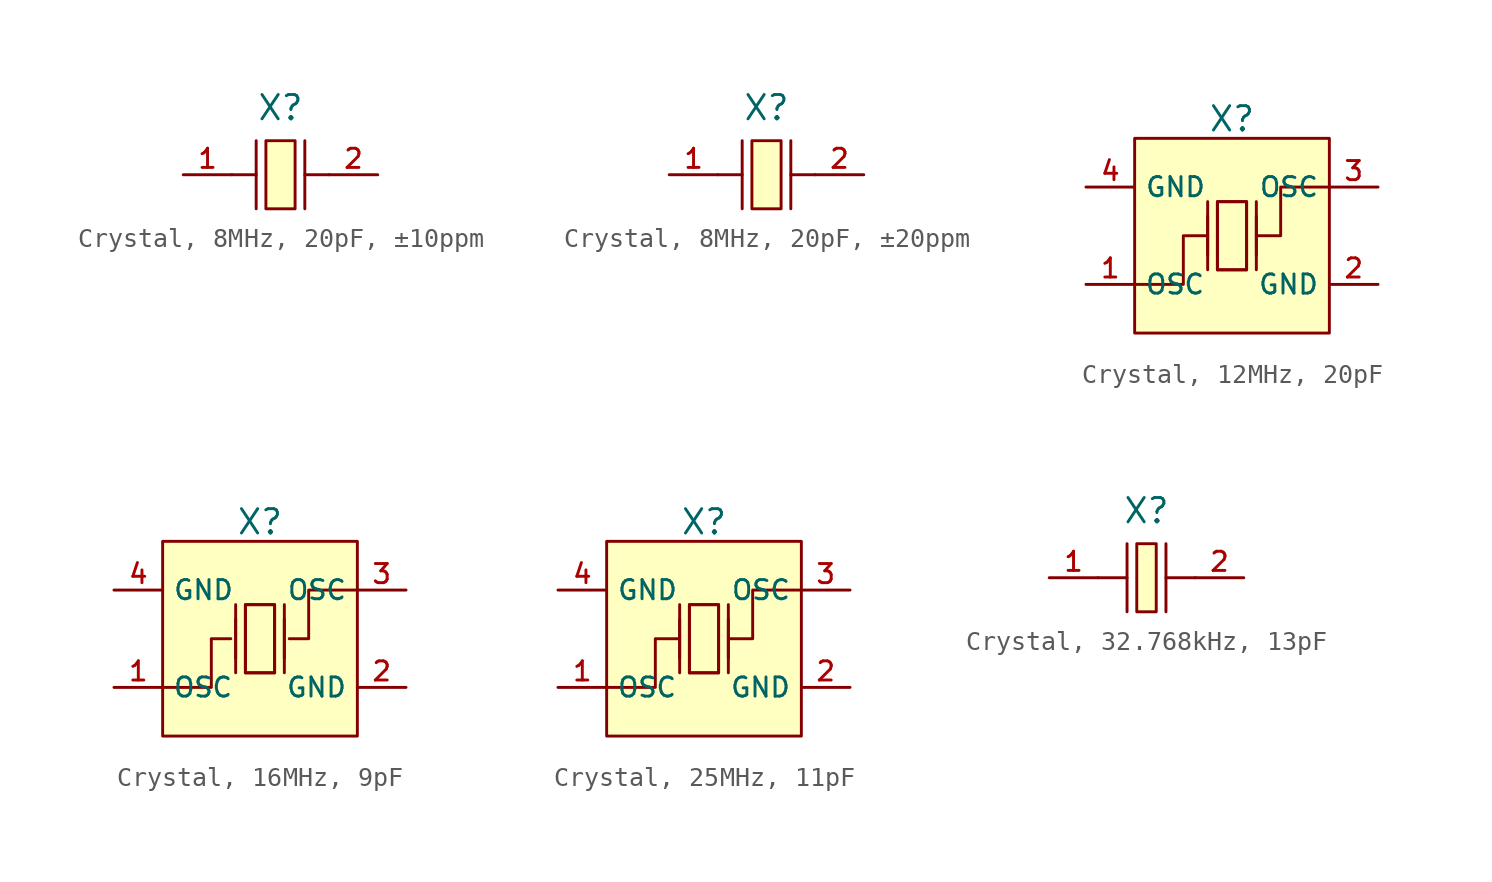
<source format=kicad_sym>
(kicad_symbol_lib
  (version 20231120)
  (generator "kicad_symbol_editor")
  (generator_version "8.0")
  (symbol "Crystal, 8MHz, 20pF, ±10ppm"
    (property "Reference" "X"
      (at 0 3.5 0)
      (effects (font (size 1.27 1.27))))
    (symbol "Crystal, 8MHz, 20pF, ±10ppm_0_1"
      (polyline (pts (xy -2.54 0) (xy -1.27 0)) (stroke (width 0) (type default)) (fill (type none)))
      (polyline (pts (xy -1.27 -1.778) (xy -1.27 1.778)) (stroke (width 0) (type default)) (fill (type none)))
      (polyline (pts (xy 1.27 -1.778) (xy 1.27 1.778)) (stroke (width 0) (type default)) (fill (type none)))
      (pin passive line (at -5.08 0 0) (length 2.54) (name "" (effects (font (size 1 1)))) (number "1" (effects (font (size 1 1)))))
      (pin passive line (at 5.08 0 180) (length 2.54) (name "" (effects (font (size 1 1)))) (number "2" (effects (font (size 1 1))))))
    (symbol "Crystal, 8MHz, 20pF, ±10ppm_1_1"
      (polyline (pts (xy 2.54 0) (xy 1.27 0)) (stroke (width 0) (type default)) (fill (type none)))
      (polyline (pts (xy 0.762 1.778) (xy 0.762 -1.778) (xy -0.762 -1.778) (xy -0.762 1.778) (xy 0.762 1.778)) (stroke (width 0) (type default)) (fill (type background)))))
  (symbol "Crystal, 8MHz, 20pF, ±20ppm"
    (property "Reference" "X"
      (at 0 3.5 0)
      (effects (font (size 1.27 1.27))))
    (symbol "Crystal, 8MHz, 20pF, ±20ppm_0_1"
      (polyline (pts (xy -2.54 0) (xy -1.27 0)) (stroke (width 0) (type default)) (fill (type none)))
      (polyline (pts (xy -1.27 1.778) (xy -1.27 -1.778)) (stroke (width 0) (type default)) (fill (type none)))
      (polyline (pts (xy 1.27 1.778) (xy 1.27 -1.778)) (stroke (width 0) (type default)) (fill (type none)))
      (polyline (pts (xy 2.54 0) (xy 1.27 0)) (stroke (width 0) (type default)) (fill (type none))))
    (symbol "Crystal, 8MHz, 20pF, ±20ppm_1_1"
      (polyline (pts (xy -0.762 -1.778) (xy -0.762 1.778) (xy 0.762 1.778) (xy 0.762 -1.778) (xy -0.762 -1.778)) (stroke (width 0) (type default)) (fill (type background)))
      (pin passive line (at -5.08 0 0) (length 2.54) (name "" (effects (font (size 1 1)))) (number "1" (effects (font (size 1 1)))))
      (pin passive line (at 5.08 0 180) (length 2.54) (name "" (effects (font (size 1 1)))) (number "2" (effects (font (size 1 1)))))))
  (symbol "Crystal, 12MHz, 20pF"
    (property "Reference" "X"
      (at 0 6.096 0)
      (effects (font (size 1.27 1.27))))
    (symbol "Crystal, 12MHz, 20pF_0_1"
      (rectangle (start -5.08 5.08) (end 5.08 -5.08) (stroke (width 0) (type default)) (fill (type background)))
      (polyline (pts (xy -1.27 -1.778) (xy -1.27 1.778)) (stroke (width 0) (type default)) (fill (type none)))
      (polyline (pts (xy -1.27 -1.016) (xy -1.27 1.016)) (stroke (width 0) (type default)) (fill (type none)))
      (polyline (pts (xy 0.762 -1.778) (xy -0.762 -1.778)) (stroke (width 0) (type default)) (fill (type none)))
      (polyline (pts (xy 1.27 -1.778) (xy 1.27 1.778)) (stroke (width 0) (type default)) (fill (type none)))
      (polyline (pts (xy 1.27 -1.016) (xy 1.27 1.016)) (stroke (width 0) (type default)) (fill (type none)))
      (polyline (pts (xy -5.08 -2.54) (xy -2.54 -2.54) (xy -2.54 0) (xy -1.27 0)) (stroke (width 0) (type default)) (fill (type none)))
      (polyline (pts (xy -0.762 -1.778) (xy -0.762 1.778) (xy 0.762 1.778) (xy 0.762 -1.778)) (stroke (width 0) (type default)) (fill (type none)))
      (polyline (pts (xy 5.08 2.54) (xy 2.54 2.54) (xy 2.54 0) (xy 1.27 0)) (stroke (width 0) (type default)) (fill (type none)))
      (polyline (pts (xy 0.762 1.778) (xy 0.762 -1.778) (xy -0.762 -1.778) (xy -0.762 1.778) (xy 0.762 1.778)) (stroke (width 0) (type default)) (fill (type none)))
      (pin unspecified line (at 7.62 -2.54 180) (length 2.54) (name "GND" (effects (font (size 1 1)))) (number "2" (effects (font (size 1 1)))))
      (pin unspecified line (at -7.62 2.54 0) (length 2.54) (name "GND" (effects (font (size 1 1)))) (number "4" (effects (font (size 1 1))))))
    (symbol "Crystal, 12MHz, 20pF_1_1"
      (pin unspecified line (at -7.62 -2.54 0) (length 2.54) (name "OSC" (effects (font (size 1 1)))) (number "1" (effects (font (size 1 1)))))
      (pin unspecified line (at 7.62 2.54 180) (length 2.54) (name "OSC" (effects (font (size 1 1)))) (number "3" (effects (font (size 1 1)))))))
  (symbol "Crystal, 16MHz, 9pF"
    (property "Reference" "X"
      (at 0 6.096 0)
      (effects (font (size 1.27 1.27))))
    (symbol "Crystal, 16MHz, 9pF_0_1"
      (rectangle (start -5.08 5.08) (end 5.08 -5.08) (stroke (width 0) (type default)) (fill (type background)))
      (polyline (pts (xy -1.27 -1.778) (xy -1.27 1.778)) (stroke (width 0) (type default)) (fill (type none)))
      (polyline (pts (xy -1.27 -1.016) (xy -1.27 1.016)) (stroke (width 0) (type default)) (fill (type none)))
      (polyline (pts (xy 0.762 -1.778) (xy -0.762 -1.778)) (stroke (width 0) (type default)) (fill (type none)))
      (polyline (pts (xy 1.27 -1.778) (xy 1.27 1.778)) (stroke (width 0) (type default)) (fill (type none)))
      (polyline (pts (xy 1.27 -1.016) (xy 1.27 1.016)) (stroke (width 0) (type default)) (fill (type none)))
      (polyline (pts (xy -5.08 -2.54) (xy -2.54 -2.54) (xy -2.54 0) (xy -1.524 0)) (stroke (width 0) (type default)) (fill (type none)))
      (polyline (pts (xy -0.762 -1.778) (xy -0.762 1.778) (xy 0.762 1.778) (xy 0.762 -1.778)) (stroke (width 0) (type default)) (fill (type none)))
      (polyline (pts (xy 5.08 2.54) (xy 2.54 2.54) (xy 2.54 0) (xy 1.524 0)) (stroke (width 0) (type default)) (fill (type none)))
      (polyline (pts (xy 0.762 1.778) (xy 0.762 -1.778) (xy -0.762 -1.778) (xy -0.762 1.778) (xy 0.762 1.778)) (stroke (width 0) (type default)) (fill (type none)))
      (pin unspecified line (at 7.62 -2.54 180) (length 2.54) (name "GND" (effects (font (size 1 1)))) (number "2" (effects (font (size 1 1)))))
      (pin unspecified line (at -7.62 2.54 0) (length 2.54) (name "GND" (effects (font (size 1 1)))) (number "4" (effects (font (size 1 1))))))
    (symbol "Crystal, 16MHz, 9pF_1_1"
      (pin unspecified line (at -7.62 -2.54 0) (length 2.54) (name "OSC" (effects (font (size 1 1)))) (number "1" (effects (font (size 1 1)))))
      (pin unspecified line (at 7.62 2.54 180) (length 2.54) (name "OSC" (effects (font (size 1 1)))) (number "3" (effects (font (size 1 1)))))))
  (symbol "Crystal, 25MHz, 11pF"
    (property "Reference" "X"
      (at 0 6.096 0)
      (effects (font (size 1.27 1.27))))
    (symbol "Crystal, 25MHz, 11pF_0_1"
      (rectangle (start -5.08 5.08) (end 5.08 -5.08) (stroke (width 0) (type default)) (fill (type background)))
      (polyline (pts (xy -1.27 -1.778) (xy -1.27 1.778)) (stroke (width 0) (type default)) (fill (type none)))
      (polyline (pts (xy -1.27 -1.016) (xy -1.27 1.016)) (stroke (width 0) (type default)) (fill (type none)))
      (polyline (pts (xy 0.762 -1.778) (xy -0.762 -1.778)) (stroke (width 0) (type default)) (fill (type none)))
      (polyline (pts (xy 1.27 -1.778) (xy 1.27 1.778)) (stroke (width 0) (type default)) (fill (type none)))
      (polyline (pts (xy 1.27 -1.016) (xy 1.27 1.016)) (stroke (width 0) (type default)) (fill (type none)))
      (polyline (pts (xy -5.08 -2.54) (xy -2.54 -2.54) (xy -2.54 0) (xy -1.27 0)) (stroke (width 0) (type default)) (fill (type none)))
      (polyline (pts (xy -0.762 -1.778) (xy -0.762 1.778) (xy 0.762 1.778) (xy 0.762 -1.778)) (stroke (width 0) (type default)) (fill (type none)))
      (polyline (pts (xy 5.08 2.54) (xy 2.54 2.54) (xy 2.54 0) (xy 1.27 0)) (stroke (width 0) (type default)) (fill (type none)))
      (polyline (pts (xy 0.762 1.778) (xy 0.762 -1.778) (xy -0.762 -1.778) (xy -0.762 1.778) (xy 0.762 1.778)) (stroke (width 0) (type default)) (fill (type none)))
      (pin unspecified line (at 7.62 -2.54 180) (length 2.54) (name "GND" (effects (font (size 1 1)))) (number "2" (effects (font (size 1 1)))))
      (pin unspecified line (at -7.62 2.54 0) (length 2.54) (name "GND" (effects (font (size 1 1)))) (number "4" (effects (font (size 1 1))))))
    (symbol "Crystal, 25MHz, 11pF_1_1"
      (pin unspecified line (at -7.62 -2.54 0) (length 2.54) (name "OSC" (effects (font (size 1 1)))) (number "1" (effects (font (size 1 1)))))
      (pin unspecified line (at 7.62 2.54 180) (length 2.54) (name "OSC" (effects (font (size 1 1)))) (number "3" (effects (font (size 1 1)))))))
  (symbol "Crystal, 32.768kHz, 13pF"
    (pin_names hide)
    (property "Reference" "X"
      (at 0 3.5 0)
      (effects (font (size 1.27 1.27))))
    (symbol "Crystal, 32.768kHz, 13pF_0_1"
      (rectangle (start -0.508 1.778) (end 0.508 -1.778) (stroke (width 0) (type default)) (fill (type background)))
      (polyline (pts (xy -2.54 0) (xy -1.016 0)) (stroke (width 0) (type default)) (fill (type none)))
      (polyline (pts (xy -1.016 1.778) (xy -1.016 -1.778)) (stroke (width 0) (type default)) (fill (type none)))
      (polyline (pts (xy 1.016 0) (xy 2.54 0)) (stroke (width 0) (type default)) (fill (type none)))
      (polyline (pts (xy 1.016 1.778) (xy 1.016 -1.778)) (stroke (width 0) (type default)) (fill (type none)))
      (pin unspecified line (at -5.08 0 0) (length 2.54) (name "1" (effects (font (size 1 1)))) (number "1" (effects (font (size 1 1)))))
      (pin unspecified line (at 5.08 0 180) (length 2.54) (name "2" (effects (font (size 1 1)))) (number "2" (effects (font (size 1 1))))))))
</source>
